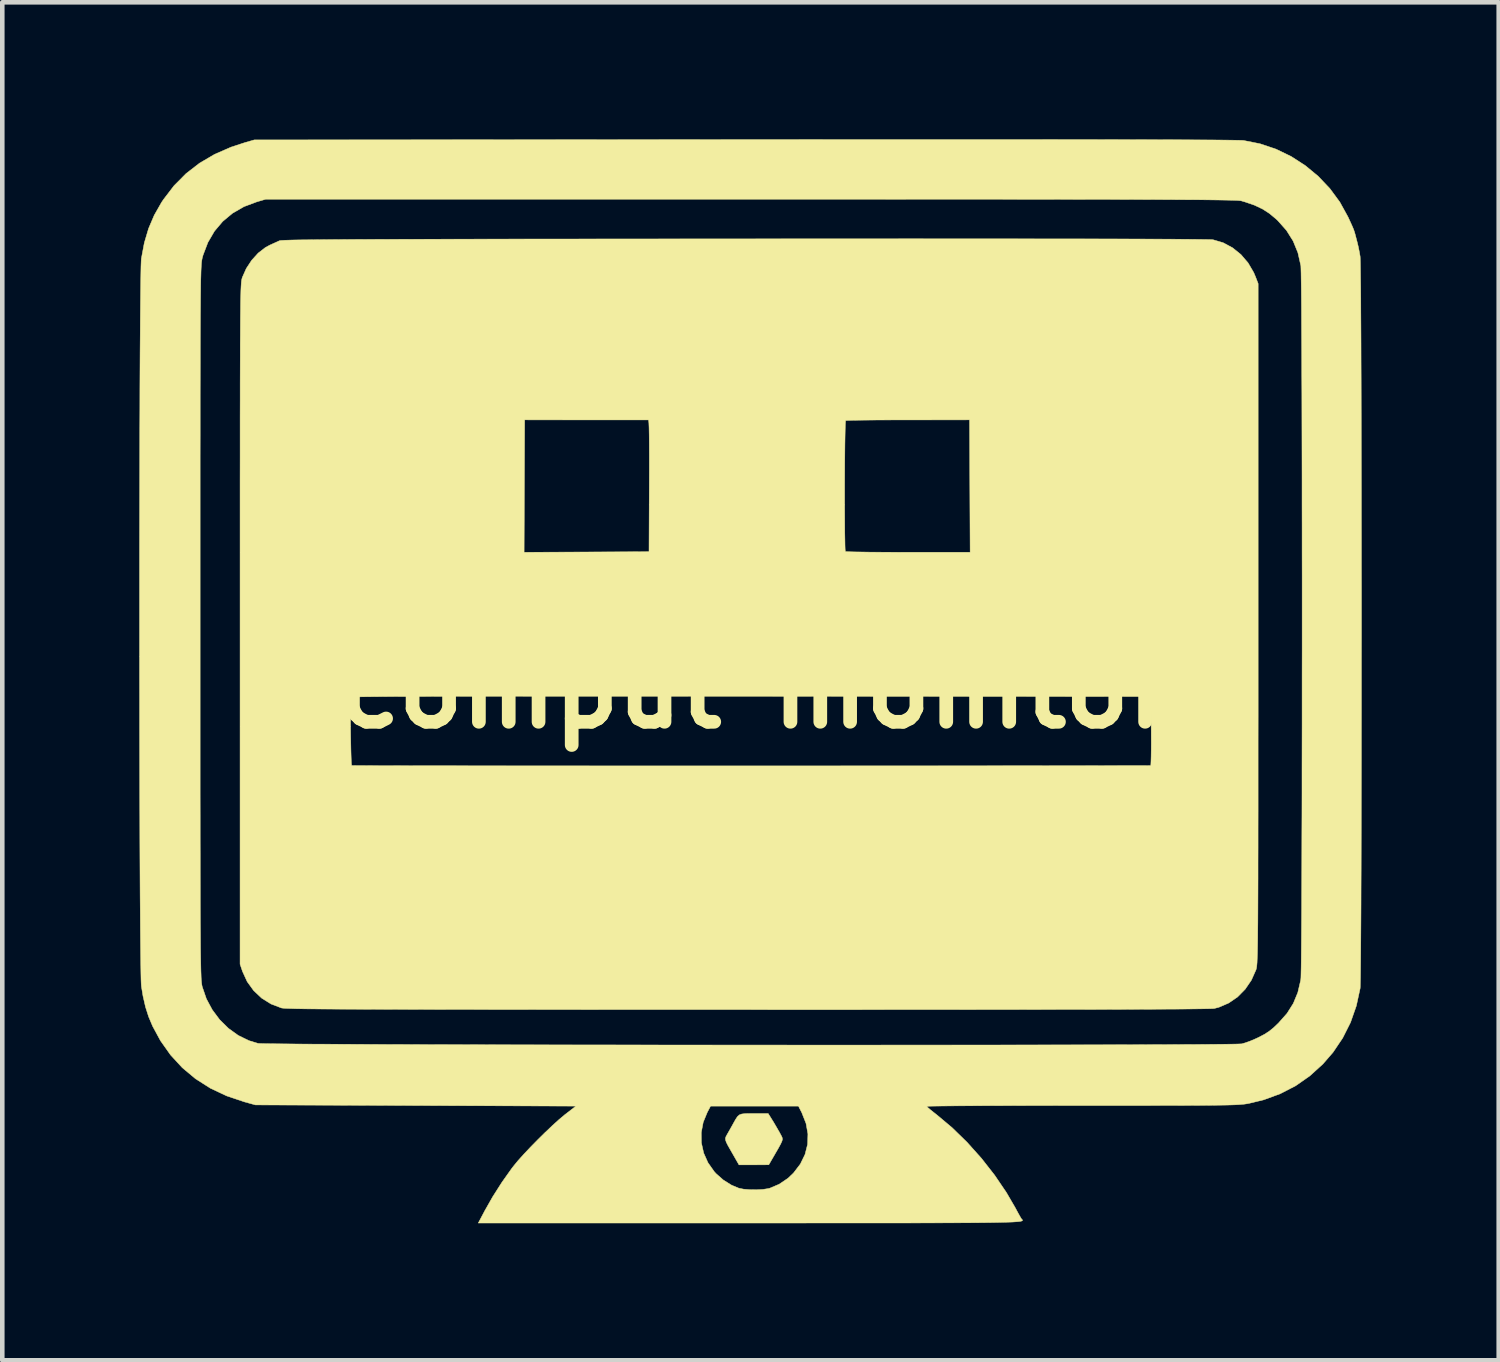
<source format=kicad_pcb>
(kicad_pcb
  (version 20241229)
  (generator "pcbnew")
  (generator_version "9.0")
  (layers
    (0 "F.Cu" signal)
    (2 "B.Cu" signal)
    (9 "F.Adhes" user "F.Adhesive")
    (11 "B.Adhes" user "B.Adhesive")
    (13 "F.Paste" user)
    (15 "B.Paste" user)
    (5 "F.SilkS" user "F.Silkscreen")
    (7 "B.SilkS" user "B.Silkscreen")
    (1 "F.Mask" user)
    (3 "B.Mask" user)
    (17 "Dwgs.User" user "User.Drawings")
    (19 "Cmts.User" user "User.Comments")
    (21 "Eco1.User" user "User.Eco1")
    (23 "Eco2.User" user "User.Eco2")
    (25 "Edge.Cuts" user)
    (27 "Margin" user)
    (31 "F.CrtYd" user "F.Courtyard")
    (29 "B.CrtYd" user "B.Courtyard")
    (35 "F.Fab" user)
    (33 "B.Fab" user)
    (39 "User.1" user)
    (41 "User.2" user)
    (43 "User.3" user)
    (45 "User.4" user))
  (footprint "comput monitor"
    (layer "F.Cu")
    (at 13.495 12.064)
    (property "Reference" "comput monitor" (at 0 0 0) (layer "F.SilkS") (effects (font (size 1.524 1.524) (thickness 0.3))))
    (attr through_hole)
    (fp_poly (pts (xy -0.034 9.266) (xy 0.274 9.266) (xy 0.333 9.36) (xy 0.395 9.46) (xy 0.461 9.573) (xy 0.523 9.681) (xy 0.569 9.767) (xy 0.571 9.771) (xy 0.583 9.801) (xy 0.586 9.833) (xy 0.575 9.873) (xy 0.548 9.932) (xy 0.502 10.017) (xy 0.446 10.114) (xy 0.287 10.389) (xy -0.039 10.39) (xy -0.365 10.39) (xy -0.476 10.196) (xy -0.552 10.063) (xy -0.607 9.966) (xy -0.642 9.897) (xy -0.659 9.847) (xy -0.662 9.809) (xy -0.652 9.776) (xy -0.632 9.738) (xy -0.618 9.713) (xy -0.567 9.624) (xy -0.51 9.522) (xy -0.486 9.478) (xy -0.438 9.393) (xy -0.399 9.334) (xy -0.358 9.297) (xy -0.305 9.277) (xy -0.228 9.268) (xy -0.119 9.266) (xy -0.034 9.266)) (stroke (width 0.01) (type solid)) (fill yes) (layer "F.SilkS"))
    (fp_poly (pts (xy 4.195 -9.885) (xy 4.931 -9.885) (xy 5.618 -9.885) (xy 6.255 -9.884) (xy 6.842 -9.884) (xy 7.379 -9.883) (xy 7.867 -9.882) (xy 8.305 -9.881) (xy 8.692 -9.879) (xy 9.03 -9.878) (xy 9.319 -9.876) (xy 9.557 -9.874) (xy 9.746 -9.872) (xy 9.885 -9.87) (xy 9.974 -9.868) (xy 10.014 -9.865) (xy 10.014 -9.865) (xy 10.235 -9.8) (xy 10.44 -9.69) (xy 10.624 -9.542) (xy 10.781 -9.359) (xy 10.905 -9.147) (xy 10.945 -9.052) (xy 11.002 -8.904) (xy 11.002 -1.461) (xy 11.002 -0.738) (xy 11.002 -0.064) (xy 11.002 0.564) (xy 11.001 1.147) (xy 11.001 1.687) (xy 11.001 2.185) (xy 11.001 2.644) (xy 11 3.065) (xy 11 3.449) (xy 10.999 3.799) (xy 10.999 4.115) (xy 10.998 4.401) (xy 10.997 4.657) (xy 10.996 4.885) (xy 10.995 5.087) (xy 10.993 5.264) (xy 10.992 5.419) (xy 10.99 5.553) (xy 10.988 5.667) (xy 10.986 5.764) (xy 10.983 5.844) (xy 10.98 5.911) (xy 10.978 5.965) (xy 10.974 6.008) (xy 10.971 6.042) (xy 10.967 6.068) (xy 10.963 6.089) (xy 10.959 6.106) (xy 10.955 6.119) (xy 10.854 6.346) (xy 10.717 6.546) (xy 10.55 6.715) (xy 10.357 6.847) (xy 10.144 6.939) (xy 10.045 6.965) (xy 10.019 6.968) (xy 9.963 6.97) (xy 9.877 6.972) (xy 9.76 6.974) (xy 9.611 6.976) (xy 9.429 6.978) (xy 9.213 6.98) (xy 8.962 6.981) (xy 8.676 6.983) (xy 8.353 6.984) (xy 7.993 6.986) (xy 7.595 6.987) (xy 7.157 6.988) (xy 6.679 6.988) (xy 6.16 6.989) (xy 5.598 6.99) (xy 4.994 6.99) (xy 4.346 6.991) (xy 3.653 6.991) (xy 2.914 6.991) (xy 2.129 6.992) (xy 1.296 6.992) (xy 0.415 6.992) (xy -0.17 6.991) (xy -1.029 6.991) (xy -1.839 6.991) (xy -2.602 6.991) (xy -3.32 6.991) (xy -3.993 6.99) (xy -4.622 6.99) (xy -5.211 6.989) (xy -5.758 6.989) (xy -6.267 6.988) (xy -6.738 6.988) (xy -7.174 6.987) (xy -7.574 6.986) (xy -7.941 6.985) (xy -8.275 6.984) (xy -8.579 6.983) (xy -8.854 6.982) (xy -9.101 6.981) (xy -9.321 6.979) (xy -9.516 6.978) (xy -9.687 6.976) (xy -9.835 6.975) (xy -9.963 6.973) (xy -10.071 6.971) (xy -10.16 6.968) (xy -10.233 6.966) (xy -10.29 6.964) (xy -10.333 6.961) (xy -10.363 6.958) (xy -10.381 6.955) (xy -10.383 6.955) (xy -10.611 6.868) (xy -10.816 6.74) (xy -10.991 6.575) (xy -11.133 6.379) (xy -11.235 6.156) (xy -11.238 6.148) (xy -11.289 5.996) (xy -11.289 0.617) (xy -8.87 0.617) (xy -8.87 0.796) (xy -8.868 0.974) (xy -8.865 1.146) (xy -8.862 1.302) (xy -8.858 1.438) (xy -8.854 1.545) (xy -8.85 1.617) (xy -8.845 1.646) (xy -8.845 1.646) (xy -8.819 1.647) (xy -8.745 1.648) (xy -8.625 1.648) (xy -8.462 1.649) (xy -8.257 1.65) (xy -8.012 1.65) (xy -7.729 1.651) (xy -7.411 1.652) (xy -7.059 1.652) (xy -6.676 1.652) (xy -6.263 1.653) (xy -5.823 1.653) (xy -5.357 1.654) (xy -4.869 1.654) (xy -4.359 1.654) (xy -3.829 1.654) (xy -3.283 1.655) (xy -2.721 1.655) (xy -2.147 1.655) (xy -1.561 1.655) (xy -0.967 1.655) (xy -0.365 1.655) (xy 0.241 1.655) (xy 0.85 1.655) (xy 1.46 1.655) (xy 2.068 1.654) (xy 2.673 1.654) (xy 3.273 1.654) (xy 3.866 1.654) (xy 4.449 1.653) (xy 5.02 1.653) (xy 5.578 1.652) (xy 6.12 1.652) (xy 6.644 1.651) (xy 7.149 1.651) (xy 7.632 1.65) (xy 8.091 1.649) (xy 8.524 1.649) (xy 8.648 1.648) (xy 8.653 1.624) (xy 8.656 1.557) (xy 8.659 1.451) (xy 8.661 1.314) (xy 8.662 1.151) (xy 8.661 0.968) (xy 8.661 0.893) (xy 8.654 0.137) (xy -0.106 0.131) (xy -1.015 0.131) (xy -1.875 0.13) (xy -2.685 0.13) (xy -3.445 0.13) (xy -4.155 0.13) (xy -4.815 0.13) (xy -5.426 0.131) (xy -5.987 0.131) (xy -6.498 0.132) (xy -6.959 0.133) (xy -7.37 0.135) (xy -7.732 0.136) (xy -8.043 0.137) (xy -8.305 0.139) (xy -8.517 0.141) (xy -8.679 0.143) (xy -8.791 0.145) (xy -8.853 0.148) (xy -8.867 0.15) (xy -8.869 0.287) (xy -8.87 0.445) (xy -8.87 0.617) (xy -11.289 0.617) (xy -11.289 -1.449) (xy -11.289 -2.171) (xy -11.289 -2.845) (xy -11.289 -3.022) (xy -5.07 -3.022) (xy -3.703 -3.028) (xy -2.335 -3.035) (xy -2.33 -4.286) (xy 1.948 -4.286) (xy 1.948 -4.059) (xy 1.949 -3.841) (xy 1.95 -3.638) (xy 1.951 -3.456) (xy 1.954 -3.301) (xy 1.956 -3.176) (xy 1.959 -3.089) (xy 1.963 -3.044) (xy 1.965 -3.039) (xy 1.992 -3.036) (xy 2.065 -3.033) (xy 2.178 -3.03) (xy 2.328 -3.028) (xy 2.509 -3.025) (xy 2.717 -3.024) (xy 2.947 -3.023) (xy 3.195 -3.022) (xy 3.339 -3.022) (xy 4.696 -3.022) (xy 4.689 -4.471) (xy 4.683 -5.921) (xy 3.338 -5.92) (xy 3.084 -5.92) (xy 2.844 -5.919) (xy 2.624 -5.918) (xy 2.428 -5.916) (xy 2.261 -5.914) (xy 2.127 -5.912) (xy 2.032 -5.909) (xy 1.98 -5.907) (xy 1.971 -5.905) (xy 1.967 -5.879) (xy 1.963 -5.808) (xy 1.96 -5.697) (xy 1.957 -5.553) (xy 1.954 -5.381) (xy 1.952 -5.186) (xy 1.95 -4.974) (xy 1.949 -4.749) (xy 1.948 -4.518) (xy 1.948 -4.286) (xy -2.33 -4.286) (xy -2.329 -4.477) (xy -2.328 -4.828) (xy -2.328 -5.131) (xy -2.329 -5.385) (xy -2.331 -5.59) (xy -2.334 -5.746) (xy -2.338 -5.853) (xy -2.344 -5.909) (xy -2.347 -5.92) (xy -2.377 -5.92) (xy -2.451 -5.92) (xy -2.566 -5.92) (xy -2.717 -5.92) (xy -2.899 -5.92) (xy -3.108 -5.92) (xy -3.338 -5.92) (xy -3.586 -5.92) (xy -3.715 -5.92) (xy -5.058 -5.921) (xy -5.07 -3.022) (xy -11.289 -3.022) (xy -11.289 -3.472) (xy -11.289 -4.055) (xy -11.289 -4.594) (xy -11.288 -5.092) (xy -11.288 -5.551) (xy -11.288 -5.971) (xy -11.287 -6.355) (xy -11.287 -6.704) (xy -11.286 -7.021) (xy -11.285 -7.306) (xy -11.285 -7.562) (xy -11.283 -7.79) (xy -11.282 -7.991) (xy -11.281 -8.169) (xy -11.279 -8.324) (xy -11.278 -8.457) (xy -11.276 -8.572) (xy -11.273 -8.669) (xy -11.271 -8.75) (xy -11.268 -8.817) (xy -11.265 -8.871) (xy -11.262 -8.915) (xy -11.259 -8.95) (xy -11.255 -8.977) (xy -11.251 -8.999) (xy -11.247 -9.016) (xy -11.242 -9.032) (xy -11.239 -9.042) (xy -11.153 -9.235) (xy -11.035 -9.415) (xy -10.893 -9.572) (xy -10.736 -9.694) (xy -10.635 -9.749) (xy -10.546 -9.789) (xy -10.464 -9.826) (xy -10.427 -9.843) (xy -10.415 -9.846) (xy -10.391 -9.849) (xy -10.354 -9.851) (xy -10.301 -9.854) (xy -10.233 -9.856) (xy -10.147 -9.859) (xy -10.043 -9.861) (xy -9.918 -9.863) (xy -9.772 -9.864) (xy -9.604 -9.866) (xy -9.41 -9.868) (xy -9.192 -9.869) (xy -8.946 -9.871) (xy -8.673 -9.872) (xy -8.369 -9.873) (xy -8.035 -9.874) (xy -7.668 -9.875) (xy -7.268 -9.876) (xy -6.833 -9.877) (xy -6.361 -9.878) (xy -5.851 -9.879) (xy -5.303 -9.88) (xy -4.714 -9.881) (xy -4.083 -9.881) (xy -3.409 -9.882) (xy -2.691 -9.882) (xy -1.926 -9.883) (xy -1.115 -9.884) (xy -0.255 -9.884) (xy -0.238 -9.884) (xy 0.749 -9.885) (xy 1.685 -9.885) (xy 2.571 -9.885) (xy 3.408 -9.886) (xy 4.195 -9.885)) (stroke (width 0.01) (type solid)) (fill yes) (layer "F.SilkS"))
    (fp_poly (pts (xy 4.845 -12.059) (xy 5.528 -12.059) (xy 6.167 -12.059) (xy 6.76 -12.058) (xy 7.308 -12.058) (xy 7.813 -12.057) (xy 8.275 -12.056) (xy 8.695 -12.055) (xy 9.072 -12.054) (xy 9.408 -12.053) (xy 9.704 -12.051) (xy 9.96 -12.05) (xy 10.176 -12.048) (xy 10.353 -12.046) (xy 10.492 -12.044) (xy 10.594 -12.042) (xy 10.659 -12.04) (xy 10.684 -12.038) (xy 11.045 -11.966) (xy 11.393 -11.849) (xy 11.724 -11.689) (xy 12.034 -11.489) (xy 12.318 -11.254) (xy 12.572 -10.986) (xy 12.79 -10.69) (xy 12.968 -10.367) (xy 12.975 -10.352) (xy 13.03 -10.233) (xy 13.068 -10.148) (xy 13.093 -10.088) (xy 13.109 -10.041) (xy 13.122 -9.997) (xy 13.124 -9.99) (xy 13.14 -9.929) (xy 13.162 -9.845) (xy 13.173 -9.803) (xy 13.195 -9.711) (xy 13.218 -9.596) (xy 13.235 -9.498) (xy 13.237 -9.456) (xy 13.24 -9.366) (xy 13.242 -9.231) (xy 13.244 -9.052) (xy 13.247 -8.834) (xy 13.249 -8.576) (xy 13.25 -8.283) (xy 13.252 -7.957) (xy 13.254 -7.599) (xy 13.255 -7.212) (xy 13.257 -6.798) (xy 13.258 -6.36) (xy 13.259 -5.9) (xy 13.26 -5.421) (xy 13.261 -4.924) (xy 13.262 -4.413) (xy 13.262 -3.888) (xy 13.263 -3.354) (xy 13.263 -2.811) (xy 13.264 -2.263) (xy 13.264 -1.712) (xy 13.264 -1.159) (xy 13.263 -0.608) (xy 13.263 -0.061) (xy 13.263 0.48) (xy 13.262 1.013) (xy 13.262 1.535) (xy 13.261 2.044) (xy 13.26 2.538) (xy 13.259 3.014) (xy 13.258 3.47) (xy 13.257 3.904) (xy 13.255 4.313) (xy 13.254 4.694) (xy 13.252 5.047) (xy 13.25 5.368) (xy 13.248 5.654) (xy 13.246 5.905) (xy 13.244 6.116) (xy 13.242 6.287) (xy 13.239 6.414) (xy 13.237 6.495) (xy 13.235 6.526) (xy 13.152 6.908) (xy 13.025 7.271) (xy 12.854 7.611) (xy 12.642 7.926) (xy 12.42 8.182) (xy 12.134 8.442) (xy 11.822 8.66) (xy 11.484 8.834) (xy 11.121 8.967) (xy 10.807 9.043) (xy 10.771 9.05) (xy 10.733 9.056) (xy 10.691 9.062) (xy 10.642 9.066) (xy 10.584 9.071) (xy 10.513 9.075) (xy 10.428 9.078) (xy 10.325 9.081) (xy 10.202 9.083) (xy 10.056 9.085) (xy 9.884 9.087) (xy 9.685 9.088) (xy 9.455 9.089) (xy 9.191 9.09) (xy 8.892 9.09) (xy 8.554 9.091) (xy 8.174 9.091) (xy 7.751 9.091) (xy 7.281 9.091) (xy 7.155 9.091) (xy 6.746 9.091) (xy 6.352 9.092) (xy 5.975 9.092) (xy 5.617 9.093) (xy 5.282 9.094) (xy 4.972 9.095) (xy 4.69 9.097) (xy 4.44 9.098) (xy 4.223 9.1) (xy 4.044 9.102) (xy 3.904 9.104) (xy 3.807 9.106) (xy 3.755 9.108) (xy 3.747 9.11) (xy 3.766 9.132) (xy 3.817 9.177) (xy 3.892 9.237) (xy 3.966 9.295) (xy 4.301 9.576) (xy 4.63 9.897) (xy 4.944 10.248) (xy 5.233 10.617) (xy 5.49 10.996) (xy 5.682 11.326) (xy 5.734 11.423) (xy 5.779 11.504) (xy 5.811 11.559) (xy 5.822 11.575) (xy 5.831 11.584) (xy 5.839 11.593) (xy 5.843 11.601) (xy 5.842 11.609) (xy 5.834 11.616) (xy 5.817 11.622) (xy 5.79 11.628) (xy 5.75 11.633) (xy 5.696 11.637) (xy 5.625 11.642) (xy 5.537 11.645) (xy 5.429 11.648) (xy 5.299 11.651) (xy 5.146 11.654) (xy 4.967 11.656) (xy 4.761 11.658) (xy 4.527 11.659) (xy 4.261 11.66) (xy 3.963 11.661) (xy 3.63 11.662) (xy 3.261 11.663) (xy 2.854 11.663) (xy 2.407 11.663) (xy 1.918 11.663) (xy 1.386 11.663) (xy 0.808 11.664) (xy 0.183 11.664) (xy -0.115 11.664) (xy -6.073 11.664) (xy -5.931 11.395) (xy -5.757 11.088) (xy -5.557 10.774) (xy -5.346 10.476) (xy -5.299 10.415) (xy -5.203 10.298) (xy -5.077 10.158) (xy -4.93 10.002) (xy -4.771 9.84) (xy -4.611 9.682) (xy -1.191 9.682) (xy -1.188 9.909) (xy -1.138 10.132) (xy -1.044 10.343) (xy -0.906 10.539) (xy -0.867 10.582) (xy -0.709 10.721) (xy -0.529 10.834) (xy -0.369 10.901) (xy -0.266 10.922) (xy -0.131 10.933) (xy 0.016 10.935) (xy 0.157 10.928) (xy 0.275 10.91) (xy 0.308 10.902) (xy 0.515 10.814) (xy 0.707 10.684) (xy 0.828 10.569) (xy 0.978 10.373) (xy 1.081 10.162) (xy 1.137 9.941) (xy 1.144 9.713) (xy 1.103 9.483) (xy 1.013 9.255) (xy 1.013 9.253) (xy 0.937 9.104) (xy -0.987 9.104) (xy -1.058 9.237) (xy -1.148 9.456) (xy -1.191 9.682) (xy -4.611 9.682) (xy -4.608 9.68) (xy -4.45 9.529) (xy -4.305 9.398) (xy -4.181 9.294) (xy -4.159 9.277) (xy -3.935 9.104) (xy -10.952 9.078) (xy -11.191 9.012) (xy -11.581 8.881) (xy -11.938 8.713) (xy -12.262 8.507) (xy -12.553 8.264) (xy -12.81 7.985) (xy -13.032 7.671) (xy -13.203 7.355) (xy -13.29 7.149) (xy -13.359 6.934) (xy -13.414 6.694) (xy -13.449 6.481) (xy -13.453 6.43) (xy -13.457 6.331) (xy -13.46 6.188) (xy -13.463 6.001) (xy -13.466 5.774) (xy -13.469 5.508) (xy -13.472 5.207) (xy -13.474 4.873) (xy -13.477 4.508) (xy -13.479 4.114) (xy -13.481 3.693) (xy -13.483 3.249) (xy -13.484 2.783) (xy -13.486 2.298) (xy -13.487 1.797) (xy -13.488 1.28) (xy -13.489 0.752) (xy -13.489 0.214) (xy -13.49 -0.331) (xy -13.49 -0.881) (xy -13.49 -1.434) (xy -13.49 -1.486) (xy -12.163 -1.486) (xy -12.163 -0.746) (xy -12.163 -0.054) (xy -12.163 0.591) (xy -12.163 1.192) (xy -12.163 1.749) (xy -12.163 2.264) (xy -12.162 2.74) (xy -12.162 3.177) (xy -12.161 3.578) (xy -12.161 3.944) (xy -12.16 4.276) (xy -12.16 4.577) (xy -12.159 4.848) (xy -12.158 5.091) (xy -12.156 5.308) (xy -12.155 5.499) (xy -12.154 5.667) (xy -12.152 5.814) (xy -12.15 5.941) (xy -12.148 6.049) (xy -12.146 6.141) (xy -12.143 6.218) (xy -12.141 6.282) (xy -12.138 6.335) (xy -12.134 6.378) (xy -12.131 6.412) (xy -12.127 6.44) (xy -12.123 6.463) (xy -12.119 6.483) (xy -12.115 6.497) (xy -12.026 6.756) (xy -11.897 6.996) (xy -11.735 7.213) (xy -11.543 7.402) (xy -11.329 7.556) (xy -11.096 7.67) (xy -10.895 7.731) (xy -10.859 7.733) (xy -10.775 7.736) (xy -10.645 7.738) (xy -10.471 7.74) (xy -10.255 7.742) (xy -9.999 7.745) (xy -9.705 7.747) (xy -9.375 7.748) (xy -9.011 7.75) (xy -8.615 7.752) (xy -8.188 7.754) (xy -7.734 7.755) (xy -7.254 7.757) (xy -6.75 7.758) (xy -6.223 7.759) (xy -5.677 7.761) (xy -5.112 7.762) (xy -4.531 7.763) (xy -3.936 7.764) (xy -3.33 7.764) (xy -2.712 7.765) (xy -2.087 7.766) (xy -1.456 7.766) (xy -0.82 7.767) (xy -0.183 7.767) (xy 0.455 7.767) (xy 1.091 7.768) (xy 1.724 7.768) (xy 2.35 7.768) (xy 2.969 7.767) (xy 3.578 7.767) (xy 4.175 7.767) (xy 4.758 7.766) (xy 5.326 7.766) (xy 5.876 7.765) (xy 6.406 7.764) (xy 6.914 7.763) (xy 7.399 7.762) (xy 7.858 7.761) (xy 8.29 7.76) (xy 8.691 7.758) (xy 9.061 7.757) (xy 9.398 7.755) (xy 9.698 7.754) (xy 9.961 7.752) (xy 10.185 7.75) (xy 10.366 7.748) (xy 10.504 7.746) (xy 10.597 7.743) (xy 10.642 7.741) (xy 10.645 7.74) (xy 10.725 7.717) (xy 10.833 7.678) (xy 10.95 7.628) (xy 11.012 7.599) (xy 11.138 7.533) (xy 11.241 7.467) (xy 11.339 7.388) (xy 11.449 7.283) (xy 11.45 7.282) (xy 11.634 7.074) (xy 11.772 6.855) (xy 11.87 6.618) (xy 11.932 6.353) (xy 11.936 6.326) (xy 11.939 6.284) (xy 11.941 6.194) (xy 11.944 6.058) (xy 11.946 5.88) (xy 11.948 5.662) (xy 11.95 5.405) (xy 11.952 5.112) (xy 11.954 4.786) (xy 11.955 4.429) (xy 11.957 4.043) (xy 11.958 3.631) (xy 11.959 3.195) (xy 11.961 2.738) (xy 11.962 2.261) (xy 11.962 1.767) (xy 11.963 1.259) (xy 11.964 0.739) (xy 11.964 0.209) (xy 11.964 -0.328) (xy 11.965 -0.871) (xy 11.965 -1.416) (xy 11.965 -1.961) (xy 11.965 -2.505) (xy 11.964 -3.044) (xy 11.964 -3.576) (xy 11.963 -4.099) (xy 11.963 -4.61) (xy 11.962 -5.108) (xy 11.961 -5.589) (xy 11.96 -6.052) (xy 11.959 -6.494) (xy 11.957 -6.912) (xy 11.956 -7.305) (xy 11.954 -7.669) (xy 11.952 -8.003) (xy 11.951 -8.305) (xy 11.949 -8.571) (xy 11.947 -8.8) (xy 11.944 -8.989) (xy 11.942 -9.135) (xy 11.939 -9.237) (xy 11.937 -9.292) (xy 11.936 -9.299) (xy 11.872 -9.582) (xy 11.768 -9.837) (xy 11.622 -10.07) (xy 11.43 -10.286) (xy 11.398 -10.316) (xy 11.251 -10.439) (xy 11.097 -10.538) (xy 10.923 -10.621) (xy 10.716 -10.692) (xy 10.627 -10.718) (xy 10.611 -10.72) (xy 10.582 -10.723) (xy 10.539 -10.726) (xy 10.481 -10.728) (xy 10.407 -10.73) (xy 10.315 -10.732) (xy 10.205 -10.734) (xy 10.073 -10.736) (xy 9.921 -10.738) (xy 9.745 -10.74) (xy 9.545 -10.741) (xy 9.319 -10.742) (xy 9.066 -10.744) (xy 8.785 -10.745) (xy 8.475 -10.746) (xy 8.133 -10.747) (xy 7.76 -10.748) (xy 7.352 -10.748) (xy 6.91 -10.749) (xy 6.432 -10.75) (xy 5.917 -10.75) (xy 5.362 -10.751) (xy 4.767 -10.751) (xy 4.131 -10.751) (xy 3.452 -10.751) (xy 2.729 -10.752) (xy 1.961 -10.752) (xy 1.146 -10.752) (xy 0.283 -10.752) (xy -0.112 -10.752) (xy -10.727 -10.752) (xy -10.922 -10.695) (xy -11.203 -10.59) (xy -11.453 -10.446) (xy -11.669 -10.266) (xy -11.85 -10.052) (xy -11.994 -9.805) (xy -12.099 -9.529) (xy -12.116 -9.468) (xy -12.12 -9.449) (xy -12.124 -9.429) (xy -12.128 -9.405) (xy -12.132 -9.375) (xy -12.135 -9.338) (xy -12.138 -9.293) (xy -12.141 -9.238) (xy -12.144 -9.17) (xy -12.146 -9.089) (xy -12.149 -8.992) (xy -12.151 -8.879) (xy -12.152 -8.746) (xy -12.154 -8.594) (xy -12.155 -8.419) (xy -12.157 -8.221) (xy -12.158 -7.997) (xy -12.159 -7.746) (xy -12.16 -7.466) (xy -12.16 -7.157) (xy -12.161 -6.815) (xy -12.162 -6.439) (xy -12.162 -6.028) (xy -12.162 -5.58) (xy -12.163 -5.093) (xy -12.163 -4.565) (xy -12.163 -3.996) (xy -12.163 -3.383) (xy -12.163 -2.724) (xy -12.163 -2.019) (xy -12.163 -1.486) (xy -13.49 -1.486) (xy -13.49 -1.987) (xy -13.49 -2.538) (xy -13.49 -3.084) (xy -13.489 -3.624) (xy -13.488 -4.154) (xy -13.487 -4.673) (xy -13.486 -5.177) (xy -13.485 -5.665) (xy -13.483 -6.135) (xy -13.482 -6.583) (xy -13.48 -7.008) (xy -13.478 -7.408) (xy -13.475 -7.779) (xy -13.473 -8.119) (xy -13.47 -8.427) (xy -13.467 -8.699) (xy -13.464 -8.933) (xy -13.461 -9.128) (xy -13.458 -9.28) (xy -13.454 -9.387) (xy -13.451 -9.448) (xy -13.45 -9.453) (xy -13.385 -9.798) (xy -13.292 -10.111) (xy -13.168 -10.402) (xy -13.008 -10.683) (xy -12.965 -10.747) (xy -12.734 -11.049) (xy -12.471 -11.314) (xy -12.176 -11.542) (xy -11.847 -11.735) (xy -11.483 -11.894) (xy -11.177 -11.994) (xy -10.977 -12.051) (xy -0.25 -12.058) (xy 0.721 -12.058) (xy 1.642 -12.059) (xy 2.514 -12.059) (xy 3.338 -12.059) (xy 4.115 -12.059) (xy 4.845 -12.059)) (stroke (width 0.01) (type solid)) (fill yes) (layer "F.SilkS")))
  (gr_rect
    (start -3 -3)
    (end 29.764 26.733)
    (stroke (width 0.1) (type default))
    (fill no)
    (layer "Edge.Cuts")))
</source>
